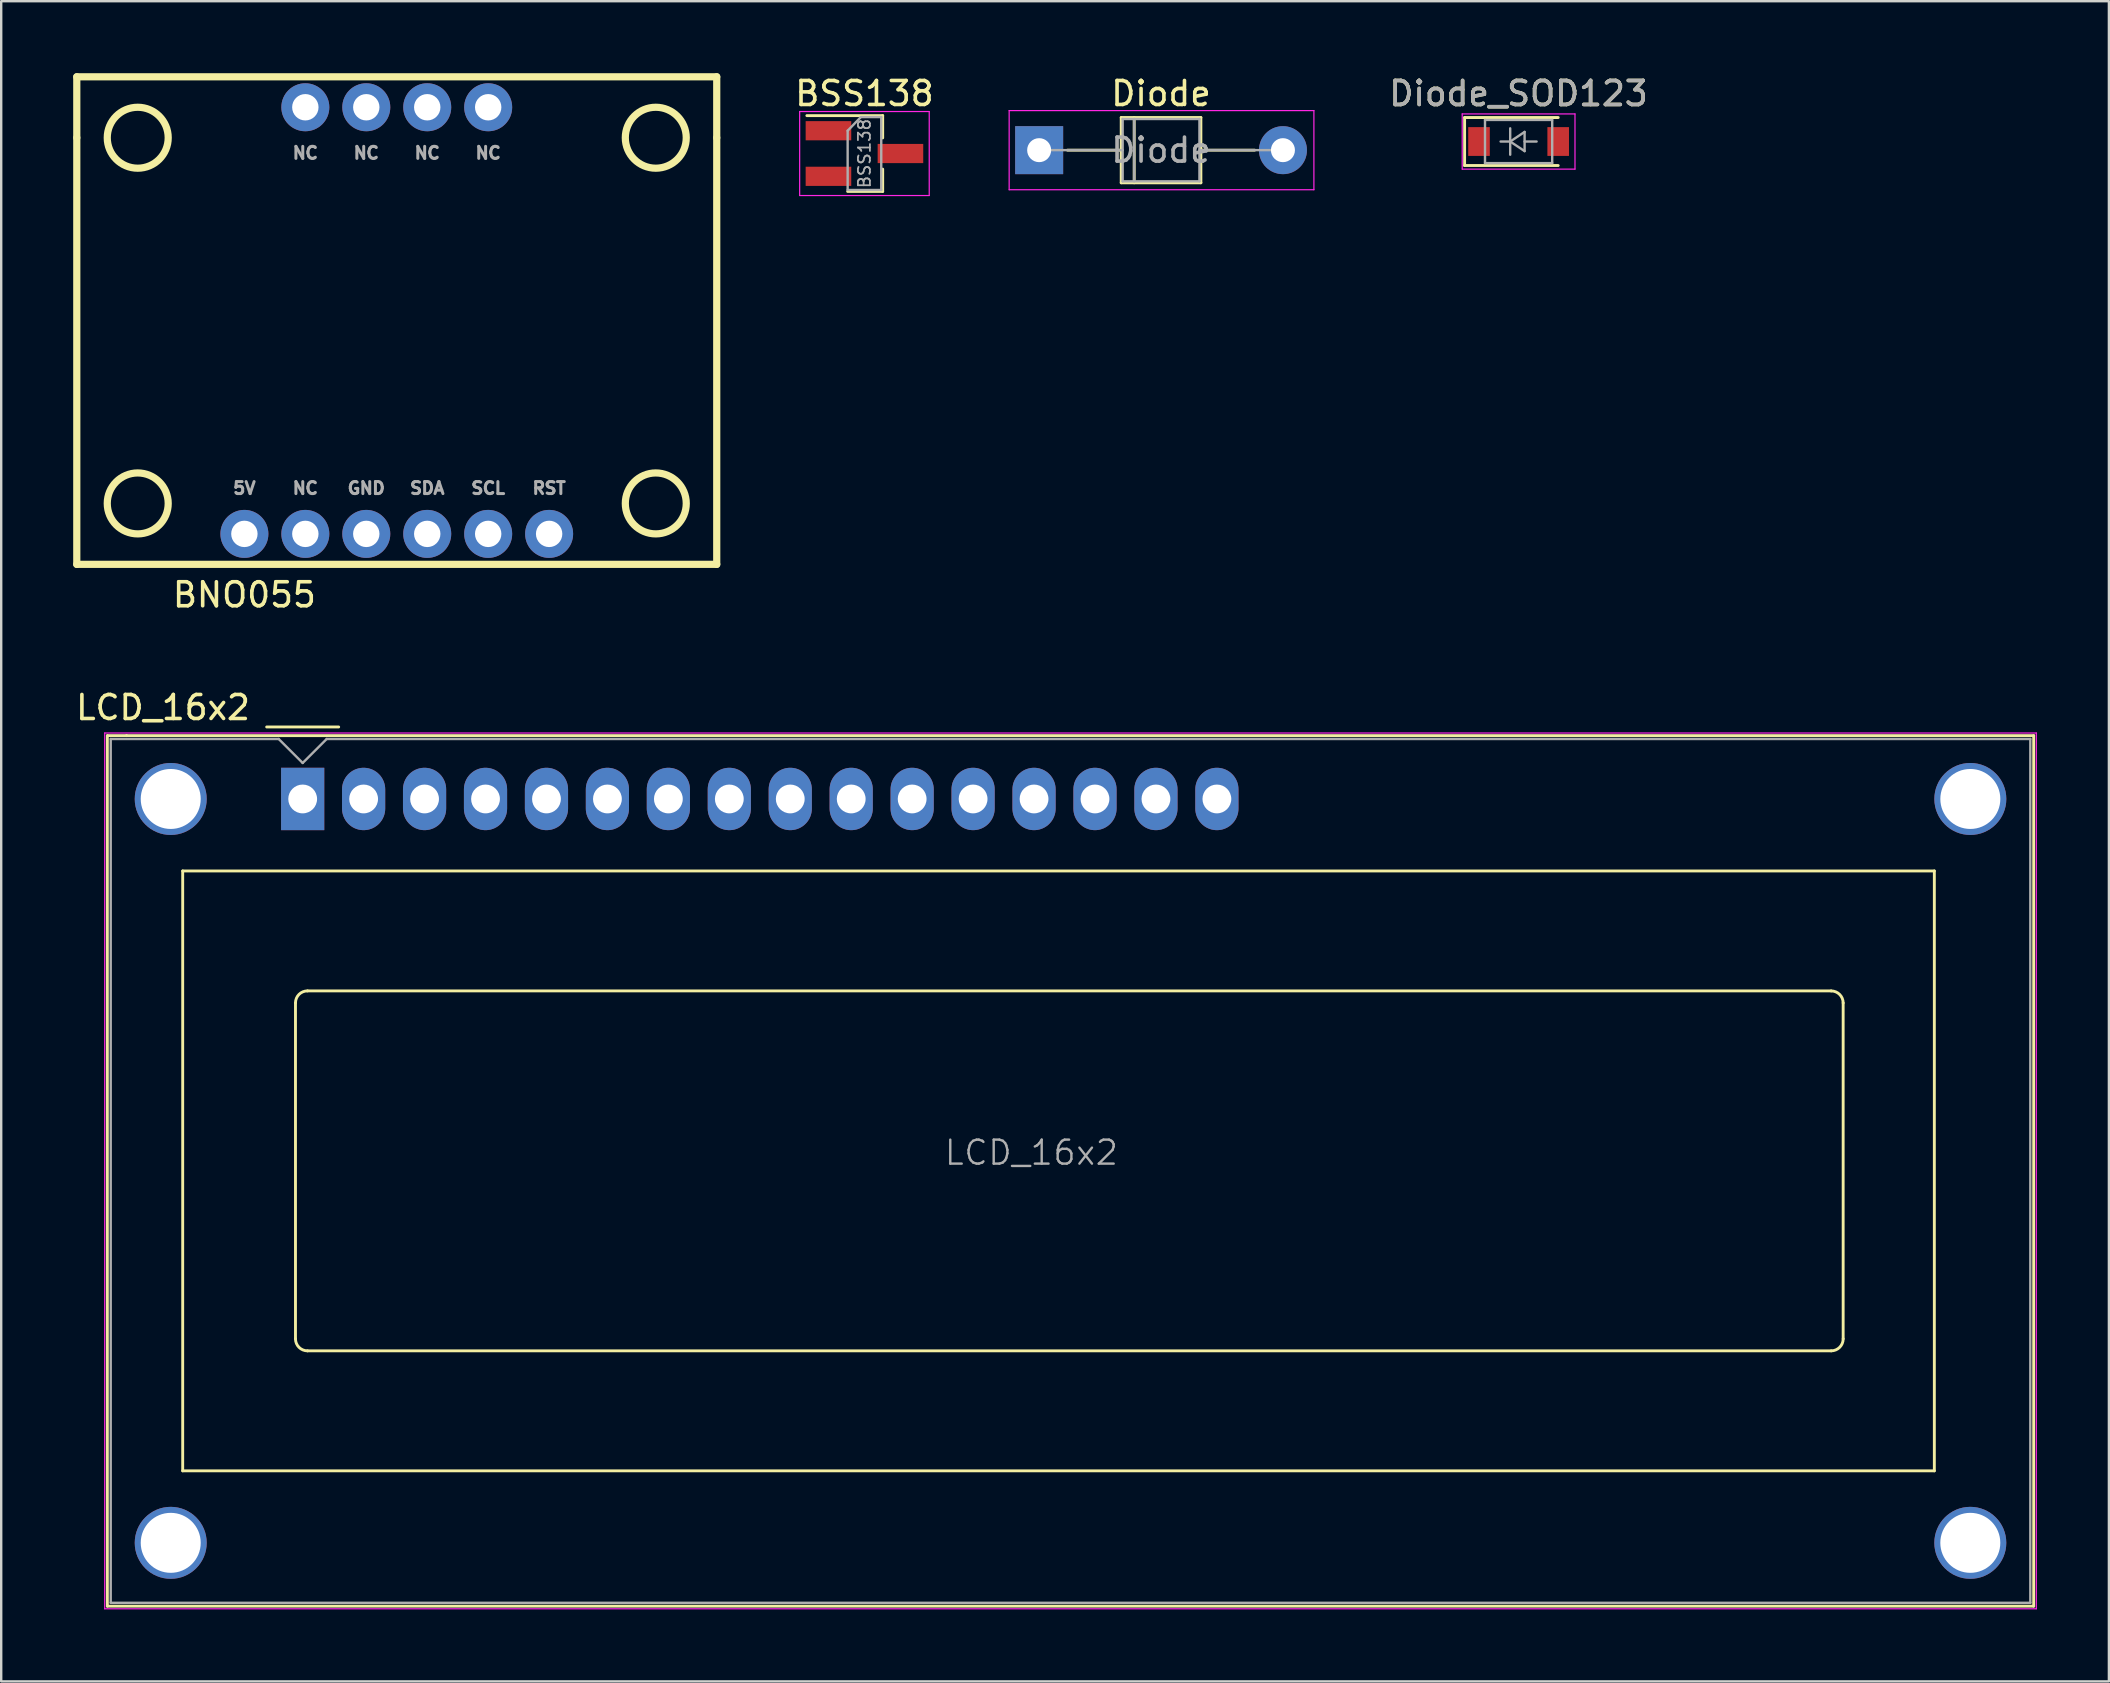
<source format=kicad_pcb>
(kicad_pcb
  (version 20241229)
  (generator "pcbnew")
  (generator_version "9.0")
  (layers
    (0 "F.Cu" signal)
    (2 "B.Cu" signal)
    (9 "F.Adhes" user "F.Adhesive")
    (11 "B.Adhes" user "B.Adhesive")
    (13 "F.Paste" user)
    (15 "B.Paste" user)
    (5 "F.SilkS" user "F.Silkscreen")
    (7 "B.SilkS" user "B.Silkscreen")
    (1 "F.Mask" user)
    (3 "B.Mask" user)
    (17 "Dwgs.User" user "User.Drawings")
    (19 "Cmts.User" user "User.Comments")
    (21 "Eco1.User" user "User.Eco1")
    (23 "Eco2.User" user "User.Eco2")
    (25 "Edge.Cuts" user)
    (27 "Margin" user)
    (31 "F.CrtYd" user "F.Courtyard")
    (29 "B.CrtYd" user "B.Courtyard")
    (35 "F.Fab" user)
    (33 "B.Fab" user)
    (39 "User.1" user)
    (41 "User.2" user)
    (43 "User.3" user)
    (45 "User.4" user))
  (footprint "LCD_16x2"
    (layer "F.Cu")
    (at 9.564 30.247)
    (property "Reference" "LCD_16x2" (at -5.82 -3.81 0) (layer "F.SilkS") (effects (font (size 1 1) (thickness 0.15))))
    (attr through_hole)
    (fp_line (start -8.14 -2.64) (end -8.14 33.64) (stroke (width 0.12) (type solid)) (layer "F.SilkS"))
    (fp_line (start -8.14 33.64) (end 72.14 33.64) (stroke (width 0.12) (type solid)) (layer "F.SilkS"))
    (fp_line (start -8.13 -2.64) (end -7.34 -2.64) (stroke (width 0.12) (type solid)) (layer "F.SilkS"))
    (fp_line (start -5 3) (end 68 3) (stroke (width 0.12) (type solid)) (layer "F.SilkS"))
    (fp_line (start -5 28) (end -5 3) (stroke (width 0.12) (type solid)) (layer "F.SilkS"))
    (fp_line (start -1.5 -3) (end 1.5 -3) (stroke (width 0.12) (type solid)) (layer "F.SilkS"))
    (fp_line (start -0.3 22.499) (end -0.3 8.5) (stroke (width 0.12) (type solid)) (layer "F.SilkS"))
    (fp_line (start 0.2 8) (end 63.7 8) (stroke (width 0.12) (type solid)) (layer "F.SilkS"))
    (fp_line (start 63.701 23) (end 0.2 23) (stroke (width 0.12) (type solid)) (layer "F.SilkS"))
    (fp_line (start 64.2 8.5) (end 64.2 22.5) (stroke (width 0.12) (type solid)) (layer "F.SilkS"))
    (fp_line (start 68 3) (end 68 28) (stroke (width 0.12) (type solid)) (layer "F.SilkS"))
    (fp_line (start 68 28) (end -5 28) (stroke (width 0.12) (type solid)) (layer "F.SilkS"))
    (fp_line (start 72.14 -2.64) (end -7.34 -2.64) (stroke (width 0.12) (type solid)) (layer "F.SilkS"))
    (fp_line (start 72.14 33.64) (end 72.14 -2.64) (stroke (width 0.12) (type solid)) (layer "F.SilkS"))
    (fp_arc (start -0.29972 8.49884) (mid -0.153162 8.145018) (end 0.20066 7.99846) (stroke (width 0.12) (type solid)) (layer "F.SilkS"))
    (fp_arc (start 0.20066 22.9997) (mid -0.153162 22.853142) (end -0.29972 22.49932) (stroke (width 0.12) (type solid)) (layer "F.SilkS"))
    (fp_arc (start 63.7 8) (mid 64.053553 8.146447) (end 64.2 8.5) (stroke (width 0.12) (type solid)) (layer "F.SilkS"))
    (fp_arc (start 64.20104 22.49932) (mid 64.054482 22.853142) (end 63.70066 22.9997) (stroke (width 0.12) (type solid)) (layer "F.SilkS"))
    (fp_line (start -8.25 -2.75) (end -8.25 33.75) (stroke (width 0.05) (type solid)) (layer "F.CrtYd"))
    (fp_line (start -8.25 -2.75) (end 72.25 -2.75) (stroke (width 0.05) (type solid)) (layer "F.CrtYd"))
    (fp_line (start -8.25 33.75) (end 72.25 33.75) (stroke (width 0.05) (type solid)) (layer "F.CrtYd"))
    (fp_line (start 72.25 -2.75) (end 72.25 33.75) (stroke (width 0.05) (type solid)) (layer "F.CrtYd"))
    (fp_line (start -8 33.5) (end -8 -2.5) (stroke (width 0.1) (type solid)) (layer "F.Fab"))
    (fp_line (start -1 -2.5) (end -8 -2.5) (stroke (width 0.1) (type solid)) (layer "F.Fab"))
    (fp_line (start 0 -1.5) (end -1 -2.5) (stroke (width 0.1) (type solid)) (layer "F.Fab"))
    (fp_line (start 1 -2.5) (end 0 -1.5) (stroke (width 0.1) (type solid)) (layer "F.Fab"))
    (fp_line (start 1 -2.5) (end 72 -2.5) (stroke (width 0.1) (type solid)) (layer "F.Fab"))
    (fp_line (start 72 -2.5) (end 72 33.5) (stroke (width 0.1) (type solid)) (layer "F.Fab"))
    (fp_line (start 72 33.5) (end -8 33.5) (stroke (width 0.1) (type solid)) (layer "F.Fab"))
    (fp_text user "${REFERENCE}" (at 30.37 14.74 0) (layer "F.Fab") (effects (font (size 1 1) (thickness 0.1))))
    (pad "" thru_hole circle (at -5.499 0) (size 3 3) (drill 2.5) (layers "*.Cu" "*.Mask"))
    (pad "" thru_hole circle (at -5.499 31.001) (size 3 3) (drill 2.5) (layers "*.Cu" "*.Mask"))
    (pad "" thru_hole circle (at 69.499 31.001) (size 3 3) (drill 2.5) (layers "*.Cu" "*.Mask"))
    (pad "" thru_hole circle (at 69.5 0) (size 3 3) (drill 2.5) (layers "*.Cu" "*.Mask"))
    (pad "1" thru_hole rect (at 0 0) (size 1.8 2.6) (drill 1.2) (layers "*.Cu" "*.Mask"))
    (pad "2" thru_hole oval (at 2.54 0) (size 1.8 2.6) (drill 1.2) (layers "*.Cu" "*.Mask"))
    (pad "3" thru_hole oval (at 5.08 0) (size 1.8 2.6) (drill 1.2) (layers "*.Cu" "*.Mask"))
    (pad "4" thru_hole oval (at 7.62 0) (size 1.8 2.6) (drill 1.2) (layers "*.Cu" "*.Mask"))
    (pad "5" thru_hole oval (at 10.16 0) (size 1.8 2.6) (drill 1.2) (layers "*.Cu" "*.Mask"))
    (pad "6" thru_hole oval (at 12.7 0) (size 1.8 2.6) (drill 1.2) (layers "*.Cu" "*.Mask"))
    (pad "7" thru_hole oval (at 15.24 0) (size 1.8 2.6) (drill 1.2) (layers "*.Cu" "*.Mask"))
    (pad "8" thru_hole oval (at 17.78 0) (size 1.8 2.6) (drill 1.2) (layers "*.Cu" "*.Mask"))
    (pad "9" thru_hole oval (at 20.32 0) (size 1.8 2.6) (drill 1.2) (layers "*.Cu" "*.Mask"))
    (pad "10" thru_hole oval (at 22.86 0) (size 1.8 2.6) (drill 1.2) (layers "*.Cu" "*.Mask"))
    (pad "11" thru_hole oval (at 25.4 0) (size 1.8 2.6) (drill 1.2) (layers "*.Cu" "*.Mask"))
    (pad "12" thru_hole oval (at 27.94 0) (size 1.8 2.6) (drill 1.2) (layers "*.Cu" "*.Mask"))
    (pad "13" thru_hole oval (at 30.48 0) (size 1.8 2.6) (drill 1.2) (layers "*.Cu" "*.Mask"))
    (pad "14" thru_hole oval (at 33.02 0) (size 1.8 2.6) (drill 1.2) (layers "*.Cu" "*.Mask"))
    (pad "15" thru_hole oval (at 35.56 0) (size 1.8 2.6) (drill 1.2) (layers "*.Cu" "*.Mask"))
    (pad "16" thru_hole oval (at 38.1 0) (size 1.8 2.6) (drill 1.2) (layers "*.Cu" "*.Mask")))
  (footprint "BSS138"
    (layer "F.Cu")
    (at 32.976 3.348)
    (property "Reference" "BSS138" (at 0 -2.5 0) (layer "F.SilkS") (effects (font (size 1 1) (thickness 0.15))))
    (attr smd)
    (fp_line (start 0.76 -1.58) (end -2.4 -1.58) (stroke (width 0.12) (type solid)) (layer "F.SilkS"))
    (fp_line (start 0.76 -1.58) (end 0.76 -0.65) (stroke (width 0.12) (type solid)) (layer "F.SilkS"))
    (fp_line (start 0.76 1.58) (end -0.7 1.58) (stroke (width 0.12) (type solid)) (layer "F.SilkS"))
    (fp_line (start 0.76 1.58) (end 0.76 0.65) (stroke (width 0.12) (type solid)) (layer "F.SilkS"))
    (fp_line (start -2.7 -1.75) (end 2.7 -1.75) (stroke (width 0.05) (type solid)) (layer "F.CrtYd"))
    (fp_line (start -2.7 1.75) (end -2.7 -1.75) (stroke (width 0.05) (type solid)) (layer "F.CrtYd"))
    (fp_line (start 2.7 -1.75) (end 2.7 1.75) (stroke (width 0.05) (type solid)) (layer "F.CrtYd"))
    (fp_line (start 2.7 1.75) (end -2.7 1.75) (stroke (width 0.05) (type solid)) (layer "F.CrtYd"))
    (fp_line (start -0.7 -0.95) (end -0.7 1.5) (stroke (width 0.1) (type solid)) (layer "F.Fab"))
    (fp_line (start -0.7 -0.95) (end -0.15 -1.52) (stroke (width 0.1) (type solid)) (layer "F.Fab"))
    (fp_line (start -0.7 1.52) (end 0.7 1.52) (stroke (width 0.1) (type solid)) (layer "F.Fab"))
    (fp_line (start -0.15 -1.52) (end 0.7 -1.52) (stroke (width 0.1) (type solid)) (layer "F.Fab"))
    (fp_line (start 0.7 -1.52) (end 0.7 1.52) (stroke (width 0.1) (type solid)) (layer "F.Fab"))
    (fp_text user "${REFERENCE}" (at 0 0 90) (layer "F.Fab") (effects (font (size 0.5 0.5) (thickness 0.075))))
    (pad "1" smd rect (at -1.5 -0.95) (size 1.9 0.8) (layers "F.Cu" "F.Mask" "F.Paste"))
    (pad "2" smd rect (at -1.5 0.95) (size 1.9 0.8) (layers "F.Cu" "F.Mask" "F.Paste"))
    (pad "3" smd rect (at 1.5 0) (size 1.9 0.8) (layers "F.Cu" "F.Mask" "F.Paste")))
  (footprint "Diode_SOD123"
    (layer "F.Cu")
    (at 60.238 2.848)
    (property "Reference" "Diode_SOD123" (at 0 -2 0) (layer "F.SilkS") (effects (font (size 1 1) (thickness 0.15))))
    (attr smd)
    (fp_line (start -2.25 -1) (end -2.25 1) (stroke (width 0.12) (type solid)) (layer "F.SilkS"))
    (fp_line (start -2.25 -1) (end 1.65 -1) (stroke (width 0.12) (type solid)) (layer "F.SilkS"))
    (fp_line (start -2.25 1) (end 1.65 1) (stroke (width 0.12) (type solid)) (layer "F.SilkS"))
    (fp_line (start -2.35 -1.15) (end -2.35 1.15) (stroke (width 0.05) (type solid)) (layer "F.CrtYd"))
    (fp_line (start -2.35 -1.15) (end 2.35 -1.15) (stroke (width 0.05) (type solid)) (layer "F.CrtYd"))
    (fp_line (start 2.35 -1.15) (end 2.35 1.15) (stroke (width 0.05) (type solid)) (layer "F.CrtYd"))
    (fp_line (start 2.35 1.15) (end -2.35 1.15) (stroke (width 0.05) (type solid)) (layer "F.CrtYd"))
    (fp_line (start -1.4 -0.9) (end 1.4 -0.9) (stroke (width 0.1) (type solid)) (layer "F.Fab"))
    (fp_line (start -1.4 0.9) (end -1.4 -0.9) (stroke (width 0.1) (type solid)) (layer "F.Fab"))
    (fp_line (start -0.75 0) (end -0.35 0) (stroke (width 0.1) (type solid)) (layer "F.Fab"))
    (fp_line (start -0.35 0) (end -0.35 -0.55) (stroke (width 0.1) (type solid)) (layer "F.Fab"))
    (fp_line (start -0.35 0) (end -0.35 0.55) (stroke (width 0.1) (type solid)) (layer "F.Fab"))
    (fp_line (start -0.35 0) (end 0.25 -0.4) (stroke (width 0.1) (type solid)) (layer "F.Fab"))
    (fp_line (start 0.25 -0.4) (end 0.25 0.4) (stroke (width 0.1) (type solid)) (layer "F.Fab"))
    (fp_line (start 0.25 0) (end 0.75 0) (stroke (width 0.1) (type solid)) (layer "F.Fab"))
    (fp_line (start 0.25 0.4) (end -0.35 0) (stroke (width 0.1) (type solid)) (layer "F.Fab"))
    (fp_line (start 1.4 -0.9) (end 1.4 0.9) (stroke (width 0.1) (type solid)) (layer "F.Fab"))
    (fp_line (start 1.4 0.9) (end -1.4 0.9) (stroke (width 0.1) (type solid)) (layer "F.Fab"))
    (fp_text user "${REFERENCE}" (at 0 -2 0) (layer "F.Fab") (effects (font (size 1 1) (thickness 0.15))))
    (pad "1" smd rect (at -1.65 0) (size 0.9 1.2) (layers "F.Cu" "F.Mask" "F.Paste"))
    (pad "2" smd rect (at 1.65 0) (size 0.9 1.2) (layers "F.Cu" "F.Mask" "F.Paste")))
  (footprint "Diode"
    (layer "F.Cu")
    (at 40.257 3.208)
    (property "Reference" "Diode" (at 5.08 -2.36 0) (layer "F.SilkS") (effects (font (size 1 1) (thickness 0.15))))
    (attr through_hole)
    (fp_line (start 1.18 0) (end 3.42 0) (stroke (width 0.12) (type solid)) (layer "F.SilkS"))
    (fp_line (start 3.42 -1.36) (end 3.42 1.36) (stroke (width 0.12) (type solid)) (layer "F.SilkS"))
    (fp_line (start 3.42 1.36) (end 6.74 1.36) (stroke (width 0.12) (type solid)) (layer "F.SilkS"))
    (fp_line (start 3.96 -1.36) (end 3.96 1.36) (stroke (width 0.12) (type solid)) (layer "F.SilkS"))
    (fp_line (start 6.74 -1.36) (end 3.42 -1.36) (stroke (width 0.12) (type solid)) (layer "F.SilkS"))
    (fp_line (start 6.74 1.36) (end 6.74 -1.36) (stroke (width 0.12) (type solid)) (layer "F.SilkS"))
    (fp_line (start 8.98 0) (end 6.74 0) (stroke (width 0.12) (type solid)) (layer "F.SilkS"))
    (fp_line (start -1.25 -1.65) (end -1.25 1.65) (stroke (width 0.05) (type solid)) (layer "F.CrtYd"))
    (fp_line (start -1.25 1.65) (end 11.45 1.65) (stroke (width 0.05) (type solid)) (layer "F.CrtYd"))
    (fp_line (start 11.45 -1.65) (end -1.25 -1.65) (stroke (width 0.05) (type solid)) (layer "F.CrtYd"))
    (fp_line (start 11.45 1.65) (end 11.45 -1.65) (stroke (width 0.05) (type solid)) (layer "F.CrtYd"))
    (fp_line (start 0 0) (end 3.48 0) (stroke (width 0.1) (type solid)) (layer "F.Fab"))
    (fp_line (start 3.48 -1.3) (end 3.48 1.3) (stroke (width 0.1) (type solid)) (layer "F.Fab"))
    (fp_line (start 3.48 1.3) (end 6.68 1.3) (stroke (width 0.1) (type solid)) (layer "F.Fab"))
    (fp_line (start 3.96 -1.3) (end 3.96 1.3) (stroke (width 0.1) (type solid)) (layer "F.Fab"))
    (fp_line (start 6.68 -1.3) (end 3.48 -1.3) (stroke (width 0.1) (type solid)) (layer "F.Fab"))
    (fp_line (start 6.68 1.3) (end 6.68 -1.3) (stroke (width 0.1) (type solid)) (layer "F.Fab"))
    (fp_line (start 10.16 0) (end 6.68 0) (stroke (width 0.1) (type solid)) (layer "F.Fab"))
    (fp_text user "${REFERENCE}" (at 5.08 0 0) (layer "F.Fab") (effects (font (size 1 1) (thickness 0.15))))
    (pad "1" thru_hole rect (at 0 0) (size 2 2) (drill 1) (layers "*.Cu" "*.Mask"))
    (pad "2" thru_hole oval (at 10.16 0) (size 2 2) (drill 1) (layers "*.Cu" "*.Mask")))
  (footprint "BNO055"
    (layer "F.Cu")
    (at 13.485 19.2)
    (property "Reference" "BNO055" (at -6.35 2.54 0) (layer "F.SilkS") (effects (font (size 1 1) (thickness 0.15))))
    (attr through_hole)
    (fp_line (start -13.335 -19.05) (end 13.335 -19.05) (stroke (width 0.3) (type solid)) (layer "F.SilkS"))
    (fp_line (start -13.335 -16.51) (end -13.335 -19.05) (stroke (width 0.3) (type solid)) (layer "F.SilkS"))
    (fp_line (start -13.335 1.27) (end -13.335 -16.51) (stroke (width 0.3) (type solid)) (layer "F.SilkS"))
    (fp_line (start 13.335 -19.05) (end 13.335 -16.51) (stroke (width 0.3) (type solid)) (layer "F.SilkS"))
    (fp_line (start 13.335 1.27) (end -13.335 1.27) (stroke (width 0.3) (type solid)) (layer "F.SilkS"))
    (fp_line (start 13.335 1.27) (end 13.335 -16.51) (stroke (width 0.3) (type solid)) (layer "F.SilkS"))
    (fp_circle (center -10.795 -16.51) (end -9.525 -16.51) (stroke (width 0.3) (type solid)) (fill no) (layer "F.SilkS"))
    (fp_circle (center -10.795 -1.27) (end -9.525 -1.27) (stroke (width 0.3) (type solid)) (fill no) (layer "F.SilkS"))
    (fp_circle (center 10.795 -16.51) (end 12.065 -16.51) (stroke (width 0.3) (type solid)) (fill no) (layer "F.SilkS"))
    (fp_circle (center 10.795 -1.27) (end 12.065 -1.27) (stroke (width 0.3) (type solid)) (fill no) (layer "F.SilkS"))
    (fp_text user "GND" (at -1.27 -1.905 0) (layer "F.Fab") (effects (font (size 0.5 0.5) (thickness 0.125))))
    (fp_text user "NC" (at -1.27 -15.875 0) (layer "F.Fab") (effects (font (size 0.5 0.5) (thickness 0.125))))
    (fp_text user "5V" (at -6.35 -1.905 0) (layer "F.Fab") (effects (font (size 0.5 0.5) (thickness 0.125))))
    (fp_text user "SDA" (at 1.27 -1.905 0) (layer "F.Fab") (effects (font (size 0.5 0.5) (thickness 0.125))))
    (fp_text user "SCL" (at 3.81 -1.905 0) (layer "F.Fab") (effects (font (size 0.5 0.5) (thickness 0.125))))
    (fp_text user "NC" (at -3.81 -1.905 0) (layer "F.Fab") (effects (font (size 0.5 0.5) (thickness 0.125))))
    (fp_text user "NC" (at -3.81 -15.875 0) (layer "F.Fab") (effects (font (size 0.5 0.5) (thickness 0.125))))
    (fp_text user "NC" (at 3.81 -15.875 0) (layer "F.Fab") (effects (font (size 0.5 0.5) (thickness 0.125))))
    (fp_text user "NC" (at 1.27 -15.875 0) (layer "F.Fab") (effects (font (size 0.5 0.5) (thickness 0.125))))
    (fp_text user "RST" (at 6.35 -1.905 0) (layer "F.Fab") (effects (font (size 0.5 0.5) (thickness 0.125))))
    (pad "1" thru_hole circle (at -6.35 0) (size 2 2) (drill 1.1) (layers "*.Cu" "*.Mask"))
    (pad "2" thru_hole circle (at -3.81 0) (size 2 2) (drill 1.1) (layers "*.Cu" "*.Mask"))
    (pad "3" thru_hole circle (at -1.27 0) (size 2 2) (drill 1.1) (layers "*.Cu" "*.Mask"))
    (pad "4" thru_hole circle (at 1.27 0) (size 2 2) (drill 1.1) (layers "*.Cu" "*.Mask"))
    (pad "5" thru_hole circle (at 3.81 0) (size 2 2) (drill 1.1) (layers "*.Cu" "*.Mask"))
    (pad "6" thru_hole circle (at 6.35 0) (size 2 2) (drill 1.1) (layers "*.Cu" "*.Mask"))
    (pad "7" thru_hole circle (at -3.81 -17.78) (size 2 2) (drill 1.1) (layers "*.Cu" "*.Mask"))
    (pad "8" thru_hole circle (at -1.27 -17.78) (size 2 2) (drill 1.1) (layers "*.Cu" "*.Mask"))
    (pad "9" thru_hole circle (at 1.27 -17.78) (size 2 2) (drill 1.1) (layers "*.Cu" "*.Mask"))
    (pad "10" thru_hole circle (at 3.81 -17.78) (size 2 2) (drill 1.1) (layers "*.Cu" "*.Mask")))
  (gr_rect
    (start -3 -3)
    (end 84.839 67.022)
    (stroke (width 0.1) (type default))
    (fill no)
    (layer "Edge.Cuts")))
</source>
